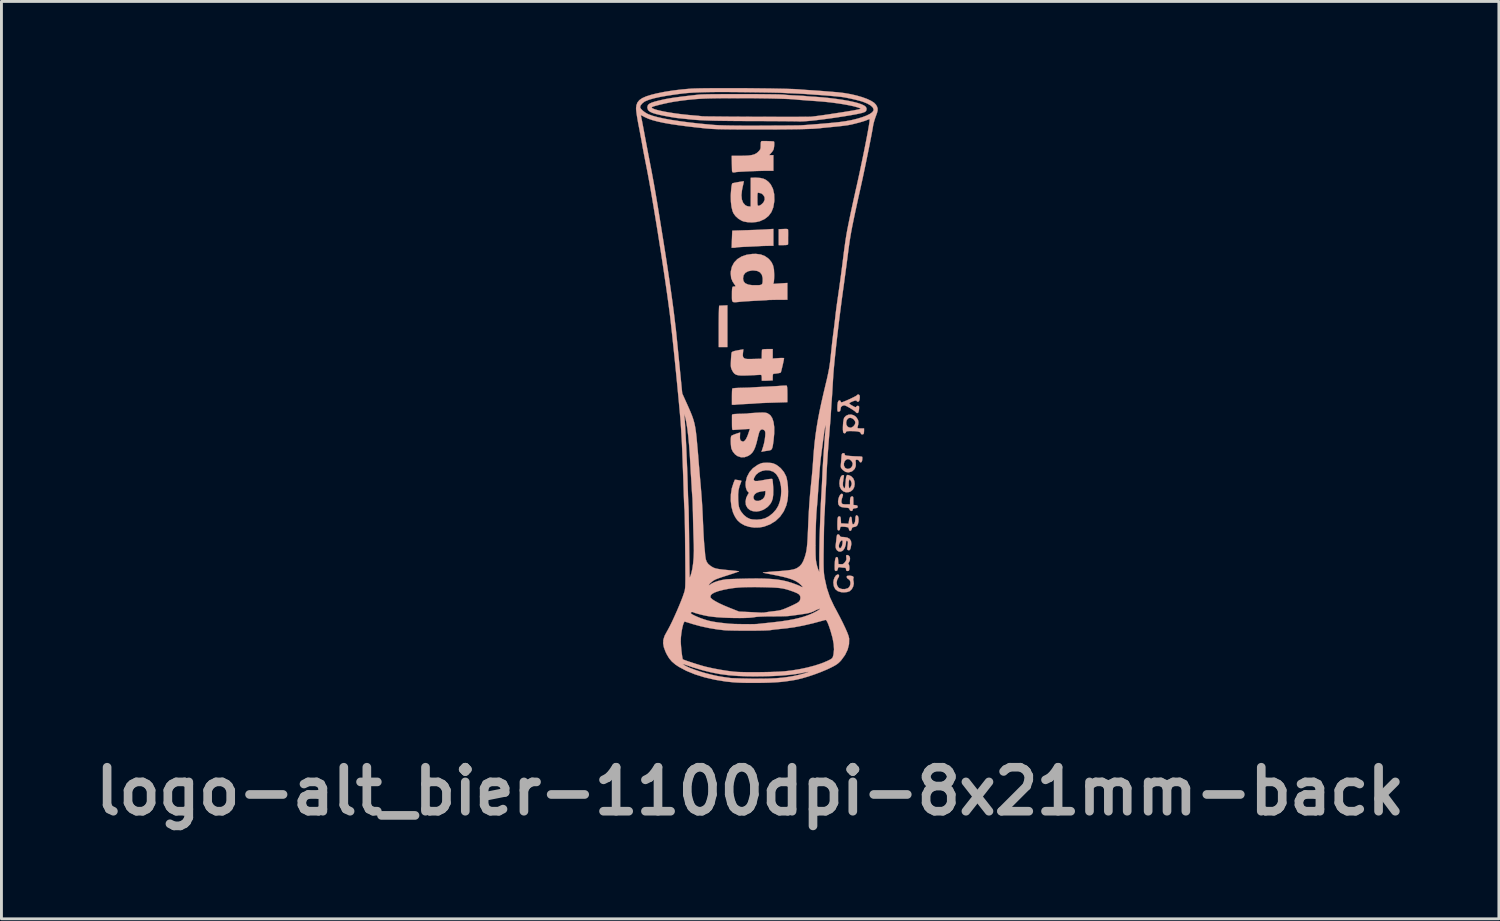
<source format=kicad_pcb>
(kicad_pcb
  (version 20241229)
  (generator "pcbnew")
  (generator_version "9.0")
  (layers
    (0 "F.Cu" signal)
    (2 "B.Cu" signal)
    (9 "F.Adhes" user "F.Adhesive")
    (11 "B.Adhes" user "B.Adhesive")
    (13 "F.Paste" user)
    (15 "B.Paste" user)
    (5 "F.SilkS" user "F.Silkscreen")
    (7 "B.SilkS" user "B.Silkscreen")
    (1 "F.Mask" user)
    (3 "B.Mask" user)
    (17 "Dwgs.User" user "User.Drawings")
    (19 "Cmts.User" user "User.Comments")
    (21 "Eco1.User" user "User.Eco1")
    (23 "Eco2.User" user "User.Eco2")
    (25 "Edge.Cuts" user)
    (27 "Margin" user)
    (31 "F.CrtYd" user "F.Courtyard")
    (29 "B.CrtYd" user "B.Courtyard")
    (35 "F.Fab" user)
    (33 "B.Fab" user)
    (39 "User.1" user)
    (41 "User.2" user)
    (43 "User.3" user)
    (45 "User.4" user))
  (footprint "logo-alt_bier-1100dpi-8x21mm-back"
    (layer "F.Cu")
    (at 23.015 10.141)
    (property "Reference" "logo-alt_bier-1100dpi-8x21mm-back" (at -0.075 14.225 0) (layer "F.Fab") (effects (font (size 1.524 1.524) (thickness 0.3))))
    (attr through_hole)
    (fp_poly (pts (xy -0.997 -2.607) (xy -1.072 -2.604) (xy -1.127 -2.601) (xy -1.147 -2.6) (xy -1.151 -2.577) (xy -1.155 -2.514) (xy -1.158 -2.415) (xy -1.161 -2.288) (xy -1.163 -2.136) (xy -1.164 -1.966) (xy -1.164 -1.882) (xy -1.164 -1.166) (xy -0.864 -1.166) (xy -0.864 -2.613) (xy -0.997 -2.607)) (stroke (width 0.01) (type solid)) (fill yes) (layer "B.SilkS"))
    (fp_poly (pts (xy 1.076 -5.257) (xy 0.914 -5.249) (xy 0.914 -4.699) (xy 1.076 -4.699) (xy 1.17 -4.702) (xy 1.223 -4.712) (xy 1.238 -4.728) (xy 1.239 -4.774) (xy 1.239 -4.85) (xy 1.239 -4.943) (xy 1.24 -5.041) (xy 1.24 -5.129) (xy 1.239 -5.197) (xy 1.239 -5.23) (xy 1.23 -5.248) (xy 1.198 -5.258) (xy 1.135 -5.259) (xy 1.076 -5.257)) (stroke (width 0.01) (type solid)) (fill yes) (layer "B.SilkS"))
    (fp_poly (pts (xy 0.516 -5.245) (xy 0.426 -5.24) (xy 0.3 -5.234) (xy 0.151 -5.227) (xy -0.011 -5.222) (xy -0.175 -5.216) (xy -0.194 -5.216) (xy -0.34 -5.211) (xy -0.47 -5.207) (xy -0.576 -5.204) (xy -0.652 -5.201) (xy -0.69 -5.199) (xy -0.694 -5.199) (xy -0.696 -5.176) (xy -0.699 -5.116) (xy -0.702 -5.027) (xy -0.706 -4.918) (xy -0.707 -4.901) (xy -0.716 -4.607) (xy -0.644 -4.607) (xy -0.59 -4.61) (xy -0.561 -4.617) (xy -0.561 -4.617) (xy -0.535 -4.622) (xy -0.472 -4.628) (xy -0.379 -4.634) (xy -0.265 -4.64) (xy -0.205 -4.642) (xy -0.072 -4.648) (xy 0.054 -4.654) (xy 0.162 -4.659) (xy 0.239 -4.664) (xy 0.256 -4.665) (xy 0.339 -4.669) (xy 0.445 -4.672) (xy 0.55 -4.674) (xy 0.729 -4.676) (xy 0.729 -5.26) (xy 0.516 -5.245)) (stroke (width 0.01) (type solid)) (fill yes) (layer "B.SilkS"))
    (fp_poly (pts (xy 2.953 6.712) (xy 2.9 6.743) (xy 2.854 6.808) (xy 2.821 6.893) (xy 2.807 6.985) (xy 2.807 6.989) (xy 2.824 7.121) (xy 2.875 7.221) (xy 2.96 7.289) (xy 3.077 7.325) (xy 3.165 7.331) (xy 3.284 7.321) (xy 3.37 7.291) (xy 3.376 7.287) (xy 3.445 7.221) (xy 3.493 7.13) (xy 3.515 7.031) (xy 3.507 6.952) (xy 3.495 6.891) (xy 3.5 6.847) (xy 3.502 6.844) (xy 3.508 6.803) (xy 3.474 6.772) (xy 3.406 6.756) (xy 3.37 6.754) (xy 3.306 6.757) (xy 3.277 6.77) (xy 3.269 6.799) (xy 3.269 6.801) (xy 3.29 6.847) (xy 3.325 6.869) (xy 3.374 6.909) (xy 3.398 6.974) (xy 3.398 7.049) (xy 3.374 7.122) (xy 3.327 7.177) (xy 3.308 7.189) (xy 3.209 7.219) (xy 3.107 7.218) (xy 3.017 7.188) (xy 2.979 7.159) (xy 2.935 7.085) (xy 2.921 6.993) (xy 2.938 6.899) (xy 2.971 6.837) (xy 3.002 6.781) (xy 3.003 6.736) (xy 2.977 6.712) (xy 2.953 6.712)) (stroke (width 0.01) (type solid)) (fill yes) (layer "B.SilkS"))
    (fp_poly (pts (xy 3.055 3.94) (xy 3.018 3.994) (xy 2.989 4.07) (xy 2.973 4.159) (xy 2.971 4.194) (xy 2.981 4.281) (xy 3.02 4.341) (xy 3.091 4.377) (xy 3.202 4.394) (xy 3.207 4.394) (xy 3.29 4.401) (xy 3.337 4.412) (xy 3.359 4.429) (xy 3.366 4.453) (xy 3.387 4.493) (xy 3.423 4.512) (xy 3.458 4.507) (xy 3.477 4.476) (xy 3.477 4.471) (xy 3.487 4.439) (xy 3.524 4.422) (xy 3.564 4.417) (xy 3.623 4.407) (xy 3.647 4.385) (xy 3.65 4.364) (xy 3.638 4.329) (xy 3.595 4.313) (xy 3.575 4.311) (xy 3.5 4.303) (xy 3.5 4.155) (xy 3.498 4.074) (xy 3.492 4.029) (xy 3.477 4.01) (xy 3.456 4.006) (xy 3.418 4.018) (xy 3.395 4.06) (xy 3.385 4.136) (xy 3.385 4.181) (xy 3.385 4.283) (xy 3.271 4.283) (xy 3.197 4.281) (xy 3.138 4.274) (xy 3.121 4.269) (xy 3.093 4.236) (xy 3.086 4.172) (xy 3.101 4.089) (xy 3.12 4.036) (xy 3.14 3.968) (xy 3.133 3.93) (xy 3.131 3.928) (xy 3.094 3.915) (xy 3.055 3.94)) (stroke (width 0.01) (type solid)) (fill yes) (layer "B.SilkS"))
    (fp_poly (pts (xy 3.269 3.283) (xy 3.251 3.334) (xy 3.239 3.424) (xy 3.233 3.498) (xy 3.225 3.595) (xy 3.214 3.672) (xy 3.204 3.719) (xy 3.198 3.729) (xy 3.173 3.711) (xy 3.152 3.68) (xy 3.137 3.622) (xy 3.139 3.529) (xy 3.157 3.399) (xy 3.168 3.34) (xy 3.175 3.289) (xy 3.163 3.27) (xy 3.128 3.271) (xy 3.083 3.3) (xy 3.047 3.367) (xy 3.024 3.465) (xy 3.017 3.563) (xy 3.033 3.678) (xy 3.082 3.77) (xy 3.155 3.834) (xy 3.245 3.865) (xy 3.346 3.858) (xy 3.413 3.831) (xy 3.486 3.768) (xy 3.53 3.68) (xy 3.546 3.579) (xy 3.543 3.547) (xy 3.441 3.547) (xy 3.439 3.597) (xy 3.421 3.648) (xy 3.389 3.71) (xy 3.364 3.726) (xy 3.348 3.697) (xy 3.339 3.625) (xy 3.338 3.58) (xy 3.343 3.485) (xy 3.356 3.431) (xy 3.377 3.419) (xy 3.404 3.452) (xy 3.42 3.485) (xy 3.441 3.547) (xy 3.543 3.547) (xy 3.535 3.477) (xy 3.497 3.385) (xy 3.431 3.315) (xy 3.408 3.302) (xy 3.343 3.272) (xy 3.298 3.263) (xy 3.269 3.283)) (stroke (width 0.01) (type solid)) (fill yes) (layer "B.SilkS"))
    (fp_poly (pts (xy 3.257 6.044) (xy 3.25 6.072) (xy 3.256 6.121) (xy 3.261 6.184) (xy 3.242 6.238) (xy 3.211 6.284) (xy 3.165 6.335) (xy 3.123 6.356) (xy 3.065 6.357) (xy 2.981 6.35) (xy 2.974 6.229) (xy 2.967 6.156) (xy 2.953 6.119) (xy 2.93 6.108) (xy 2.925 6.107) (xy 2.894 6.124) (xy 2.873 6.174) (xy 2.86 6.263) (xy 2.854 6.393) (xy 2.854 6.436) (xy 2.855 6.52) (xy 2.861 6.566) (xy 2.874 6.587) (xy 2.899 6.592) (xy 2.9 6.592) (xy 2.939 6.577) (xy 2.96 6.525) (xy 2.961 6.521) (xy 2.976 6.472) (xy 3.003 6.458) (xy 3.044 6.463) (xy 3.12 6.474) (xy 3.18 6.477) (xy 3.228 6.484) (xy 3.245 6.513) (xy 3.246 6.535) (xy 3.258 6.581) (xy 3.288 6.592) (xy 3.332 6.585) (xy 3.346 6.577) (xy 3.358 6.542) (xy 3.362 6.485) (xy 3.358 6.422) (xy 3.347 6.373) (xy 3.334 6.356) (xy 3.322 6.337) (xy 3.344 6.293) (xy 3.346 6.291) (xy 3.379 6.217) (xy 3.384 6.144) (xy 3.363 6.082) (xy 3.319 6.045) (xy 3.285 6.038) (xy 3.257 6.044)) (stroke (width 0.01) (type solid)) (fill yes) (layer "B.SilkS"))
    (fp_poly (pts (xy 1.089 0.169) (xy 1.002 0.174) (xy 0.978 0.176) (xy 0.888 0.183) (xy 0.765 0.191) (xy 0.624 0.198) (xy 0.477 0.206) (xy 0.42 0.208) (xy 0.288 0.214) (xy 0.168 0.22) (xy 0.069 0.226) (xy 0.000165 0.23) (xy -0.021 0.232) (xy -0.071 0.236) (xy -0.155 0.239) (xy -0.262 0.242) (xy -0.38 0.245) (xy -0.386 0.245) (xy -0.498 0.248) (xy -0.592 0.253) (xy -0.661 0.261) (xy -0.693 0.269) (xy -0.694 0.27) (xy -0.699 0.301) (xy -0.704 0.368) (xy -0.706 0.46) (xy -0.707 0.562) (xy -0.707 0.831) (xy -0.648 0.834) (xy -0.601 0.833) (xy -0.581 0.829) (xy -0.557 0.826) (xy -0.495 0.821) (xy -0.404 0.815) (xy -0.292 0.809) (xy -0.252 0.807) (xy -0.129 0.801) (xy -0.02 0.795) (xy 0.067 0.789) (xy 0.121 0.785) (xy 0.128 0.784) (xy 0.167 0.78) (xy 0.245 0.776) (xy 0.353 0.771) (xy 0.486 0.766) (xy 0.634 0.761) (xy 0.699 0.759) (xy 1.214 0.743) (xy 1.214 0.46) (xy 1.212 0.325) (xy 1.206 0.23) (xy 1.196 0.178) (xy 1.189 0.169) (xy 1.155 0.167) (xy 1.089 0.169)) (stroke (width 0.01) (type solid)) (fill yes) (layer "B.SilkS"))
    (fp_poly (pts (xy 0.34 -8.303) (xy 0.331 -8.303) (xy 0.308 -8.295) (xy 0.296 -8.266) (xy 0.291 -8.207) (xy 0.29 -8.16) (xy 0.288 -8.079) (xy 0.277 -8.025) (xy 0.249 -7.981) (xy 0.204 -7.932) (xy 0.144 -7.882) (xy 0.075 -7.845) (xy -0.012 -7.82) (xy -0.123 -7.803) (xy -0.267 -7.795) (xy -0.421 -7.793) (xy -0.714 -7.793) (xy -0.71 -7.557) (xy -0.708 -7.451) (xy -0.706 -7.358) (xy -0.704 -7.291) (xy -0.704 -7.268) (xy -0.69 -7.227) (xy -0.649 -7.216) (xy -0.603 -7.22) (xy -0.585 -7.225) (xy -0.559 -7.23) (xy -0.495 -7.236) (xy -0.399 -7.242) (xy -0.281 -7.248) (xy -0.146 -7.255) (xy -0.004 -7.261) (xy 0.139 -7.266) (xy 0.275 -7.27) (xy 0.396 -7.273) (xy 0.493 -7.274) (xy 0.729 -7.274) (xy 0.729 -7.545) (xy 0.729 -7.816) (xy 0.582 -7.816) (xy 0.641 -7.88) (xy 0.69 -7.938) (xy 0.727 -7.995) (xy 0.729 -7.998) (xy 0.743 -8.045) (xy 0.754 -8.114) (xy 0.759 -8.188) (xy 0.759 -8.251) (xy 0.751 -8.287) (xy 0.75 -8.288) (xy 0.725 -8.293) (xy 0.666 -8.297) (xy 0.585 -8.3) (xy 0.496 -8.303) (xy 0.41 -8.304) (xy 0.34 -8.303)) (stroke (width 0.01) (type solid)) (fill yes) (layer "B.SilkS"))
    (fp_poly (pts (xy 2.948 5.329) (xy 2.932 5.354) (xy 2.921 5.409) (xy 2.914 5.467) (xy 2.904 5.562) (xy 2.893 5.655) (xy 2.887 5.704) (xy 2.89 5.793) (xy 2.923 5.863) (xy 2.977 5.908) (xy 3.043 5.922) (xy 3.112 5.9) (xy 3.15 5.869) (xy 3.203 5.786) (xy 3.237 5.68) (xy 3.246 5.595) (xy 3.25 5.568) (xy 3.129 5.568) (xy 3.125 5.631) (xy 3.125 5.634) (xy 3.108 5.713) (xy 3.081 5.771) (xy 3.05 5.802) (xy 3.021 5.801) (xy 3.001 5.764) (xy 2.997 5.744) (xy 3 5.686) (xy 3.022 5.62) (xy 3.053 5.564) (xy 3.088 5.532) (xy 3.098 5.53) (xy 3.121 5.538) (xy 3.129 5.568) (xy 3.25 5.568) (xy 3.252 5.551) (xy 3.275 5.543) (xy 3.284 5.546) (xy 3.306 5.564) (xy 3.312 5.604) (xy 3.307 5.666) (xy 3.297 5.742) (xy 3.289 5.804) (xy 3.287 5.819) (xy 3.297 5.859) (xy 3.331 5.872) (xy 3.367 5.868) (xy 3.391 5.837) (xy 3.406 5.791) (xy 3.43 5.658) (xy 3.418 5.554) (xy 3.371 5.48) (xy 3.288 5.434) (xy 3.168 5.415) (xy 3.141 5.415) (xy 3.076 5.41) (xy 3.043 5.393) (xy 3.032 5.369) (xy 3.002 5.33) (xy 2.974 5.322) (xy 2.948 5.329)) (stroke (width 0.01) (type solid)) (fill yes) (layer "B.SilkS"))
    (fp_poly (pts (xy 3.591 4.672) (xy 3.573 4.724) (xy 3.569 4.783) (xy 3.56 4.88) (xy 3.536 4.946) (xy 3.497 4.975) (xy 3.489 4.976) (xy 3.468 4.961) (xy 3.455 4.91) (xy 3.449 4.843) (xy 3.442 4.763) (xy 3.428 4.722) (xy 3.408 4.71) (xy 3.382 4.73) (xy 3.36 4.791) (xy 3.352 4.833) (xy 3.332 4.955) (xy 3.202 4.948) (xy 3.073 4.941) (xy 3.066 4.82) (xy 3.059 4.748) (xy 3.046 4.711) (xy 3.022 4.699) (xy 3.016 4.699) (xy 2.986 4.705) (xy 2.966 4.729) (xy 2.954 4.778) (xy 2.948 4.859) (xy 2.946 4.978) (xy 2.947 5.076) (xy 2.95 5.137) (xy 2.959 5.169) (xy 2.974 5.182) (xy 2.992 5.184) (xy 3.029 5.17) (xy 3.038 5.127) (xy 3.043 5.085) (xy 3.062 5.062) (xy 3.105 5.054) (xy 3.183 5.059) (xy 3.206 5.061) (xy 3.28 5.071) (xy 3.32 5.084) (xy 3.338 5.108) (xy 3.343 5.135) (xy 3.362 5.188) (xy 3.395 5.203) (xy 3.427 5.178) (xy 3.442 5.139) (xy 3.461 5.088) (xy 3.497 5.07) (xy 3.521 5.068) (xy 3.585 5.052) (xy 3.627 5.022) (xy 3.658 4.964) (xy 3.676 4.882) (xy 3.681 4.794) (xy 3.67 4.72) (xy 3.656 4.69) (xy 3.619 4.659) (xy 3.591 4.672)) (stroke (width 0.01) (type solid)) (fill yes) (layer "B.SilkS"))
    (fp_poly (pts (xy 3.329 1.177) (xy 3.244 1.216) (xy 3.185 1.278) (xy 3.167 1.327) (xy 3.153 1.406) (xy 3.143 1.503) (xy 3.138 1.603) (xy 3.138 1.696) (xy 3.145 1.768) (xy 3.157 1.805) (xy 3.194 1.822) (xy 3.231 1.808) (xy 3.246 1.775) (xy 3.259 1.757) (xy 3.302 1.747) (xy 3.383 1.743) (xy 3.393 1.743) (xy 3.547 1.747) (xy 3.658 1.759) (xy 3.726 1.78) (xy 3.753 1.809) (xy 3.754 1.816) (xy 3.772 1.849) (xy 3.812 1.86) (xy 3.853 1.845) (xy 3.854 1.843) (xy 3.864 1.812) (xy 3.869 1.754) (xy 3.87 1.739) (xy 3.87 1.651) (xy 3.751 1.651) (xy 3.683 1.649) (xy 3.65 1.642) (xy 3.643 1.622) (xy 3.648 1.599) (xy 3.671 1.505) (xy 3.675 1.455) (xy 3.569 1.455) (xy 3.549 1.521) (xy 3.5 1.581) (xy 3.435 1.621) (xy 3.397 1.628) (xy 3.337 1.612) (xy 3.292 1.582) (xy 3.256 1.516) (xy 3.251 1.436) (xy 3.274 1.358) (xy 3.324 1.3) (xy 3.325 1.299) (xy 3.387 1.282) (xy 3.455 1.299) (xy 3.516 1.342) (xy 3.558 1.403) (xy 3.569 1.455) (xy 3.675 1.455) (xy 3.677 1.436) (xy 3.666 1.376) (xy 3.654 1.344) (xy 3.596 1.256) (xy 3.516 1.198) (xy 3.424 1.171) (xy 3.329 1.177)) (stroke (width 0.01) (type solid)) (fill yes) (layer "B.SilkS"))
    (fp_poly (pts (xy 3.116 2.52) (xy 3.099 2.549) (xy 3.09 2.609) (xy 3.089 2.632) (xy 3.082 2.726) (xy 3.074 2.832) (xy 3.069 2.881) (xy 3.064 2.958) (xy 3.07 3.007) (xy 3.094 3.047) (xy 3.138 3.094) (xy 3.229 3.158) (xy 3.328 3.176) (xy 3.431 3.149) (xy 3.469 3.128) (xy 3.546 3.053) (xy 3.584 2.954) (xy 3.584 2.881) (xy 3.477 2.881) (xy 3.459 2.959) (xy 3.414 3.018) (xy 3.351 3.051) (xy 3.282 3.054) (xy 3.219 3.021) (xy 3.21 3.012) (xy 3.175 2.945) (xy 3.171 2.869) (xy 3.194 2.797) (xy 3.239 2.741) (xy 3.302 2.714) (xy 3.315 2.713) (xy 3.381 2.733) (xy 3.439 2.784) (xy 3.473 2.851) (xy 3.477 2.881) (xy 3.584 2.881) (xy 3.584 2.839) (xy 3.577 2.776) (xy 3.583 2.746) (xy 3.607 2.737) (xy 3.63 2.736) (xy 3.683 2.752) (xy 3.701 2.782) (xy 3.728 2.82) (xy 3.754 2.829) (xy 3.785 2.814) (xy 3.803 2.765) (xy 3.806 2.742) (xy 3.811 2.681) (xy 3.809 2.642) (xy 3.807 2.638) (xy 3.781 2.628) (xy 3.723 2.622) (xy 3.675 2.621) (xy 3.588 2.619) (xy 3.48 2.613) (xy 3.377 2.606) (xy 3.286 2.597) (xy 3.233 2.586) (xy 3.207 2.572) (xy 3.2 2.55) (xy 3.2 2.546) (xy 3.188 2.513) (xy 3.148 2.509) (xy 3.116 2.52)) (stroke (width 0.01) (type solid)) (fill yes) (layer "B.SilkS"))
    (fp_poly (pts (xy 3.645 0.481) (xy 3.622 0.505) (xy 3.596 0.524) (xy 3.537 0.556) (xy 3.456 0.596) (xy 3.364 0.64) (xy 3.27 0.682) (xy 3.186 0.717) (xy 3.12 0.742) (xy 3.086 0.75) (xy 3.064 0.732) (xy 3.061 0.716) (xy 3.042 0.687) (xy 3.018 0.681) (xy 2.984 0.698) (xy 2.961 0.751) (xy 2.949 0.844) (xy 2.946 0.951) (xy 2.947 1.023) (xy 2.955 1.06) (xy 2.974 1.071) (xy 2.998 1.069) (xy 3.035 1.054) (xy 3.052 1.014) (xy 3.057 0.978) (xy 3.07 0.915) (xy 3.104 0.879) (xy 3.131 0.866) (xy 3.166 0.854) (xy 3.2 0.854) (xy 3.244 0.87) (xy 3.309 0.903) (xy 3.386 0.947) (xy 3.469 0.999) (xy 3.536 1.044) (xy 3.577 1.078) (xy 3.585 1.089) (xy 3.616 1.116) (xy 3.638 1.12) (xy 3.666 1.107) (xy 3.684 1.064) (xy 3.693 1.014) (xy 3.699 0.946) (xy 3.698 0.897) (xy 3.695 0.887) (xy 3.661 0.867) (xy 3.62 0.877) (xy 3.601 0.9) (xy 3.586 0.916) (xy 3.556 0.912) (xy 3.501 0.885) (xy 3.48 0.873) (xy 3.403 0.828) (xy 3.364 0.797) (xy 3.361 0.775) (xy 3.393 0.753) (xy 3.443 0.729) (xy 3.535 0.693) (xy 3.592 0.683) (xy 3.615 0.697) (xy 3.616 0.704) (xy 3.635 0.723) (xy 3.659 0.727) (xy 3.691 0.714) (xy 3.71 0.669) (xy 3.716 0.637) (xy 3.723 0.569) (xy 3.719 0.517) (xy 3.717 0.51) (xy 3.686 0.477) (xy 3.645 0.481)) (stroke (width 0.01) (type solid)) (fill yes) (layer "B.SilkS"))
    (fp_poly (pts (xy 0.419 -1.094) (xy 0.359 -1.086) (xy 0.335 -1.071) (xy 0.334 -1.068) (xy 0.332 -1.031) (xy 0.33 -0.963) (xy 0.328 -0.901) (xy 0.325 -0.762) (xy 0.04 -0.755) (xy -0.082 -0.752) (xy -0.167 -0.753) (xy -0.224 -0.759) (xy -0.261 -0.769) (xy -0.287 -0.785) (xy -0.292 -0.789) (xy -0.318 -0.821) (xy -0.33 -0.862) (xy -0.328 -0.928) (xy -0.325 -0.96) (xy -0.312 -1.088) (xy -0.506 -1.054) (xy -0.619 -1.03) (xy -0.688 -1.006) (xy -0.715 -0.983) (xy -0.723 -0.946) (xy -0.73 -0.874) (xy -0.737 -0.779) (xy -0.741 -0.704) (xy -0.745 -0.592) (xy -0.745 -0.514) (xy -0.738 -0.457) (xy -0.722 -0.408) (xy -0.699 -0.358) (xy -0.66 -0.291) (xy -0.617 -0.243) (xy -0.563 -0.21) (xy -0.491 -0.19) (xy -0.394 -0.181) (xy -0.263 -0.181) (xy -0.137 -0.185) (xy -0.01 -0.191) (xy 0.104 -0.196) (xy 0.195 -0.201) (xy 0.254 -0.204) (xy 0.267 -0.204) (xy 0.303 -0.202) (xy 0.32 -0.183) (xy 0.327 -0.133) (xy 0.327 -0.104) (xy 0.33 -0.000091) (xy 0.42 0.000032) (xy 0.505 -0.002) (xy 0.597 -0.006) (xy 0.608 -0.007) (xy 0.706 -0.014) (xy 0.706 -0.128) (xy 0.709 -0.198) (xy 0.721 -0.233) (xy 0.745 -0.243) (xy 0.747 -0.243) (xy 0.814 -0.248) (xy 0.887 -0.259) (xy 0.949 -0.271) (xy 0.984 -0.284) (xy 0.985 -0.285) (xy 0.994 -0.311) (xy 1.01 -0.371) (xy 1.03 -0.453) (xy 1.052 -0.545) (xy 1.072 -0.636) (xy 1.088 -0.713) (xy 1.097 -0.766) (xy 1.099 -0.78) (xy 1.077 -0.787) (xy 1.021 -0.789) (xy 0.939 -0.786) (xy 0.902 -0.783) (xy 0.706 -0.769) (xy 0.706 -1.097) (xy 0.521 -1.097) (xy 0.419 -1.094)) (stroke (width 0.01) (type solid)) (fill yes) (layer "B.SilkS"))
    (fp_poly (pts (xy 0.019 -7.034) (xy -0.056 -7.031) (xy -0.056 -6.038) (xy -0.122 -6.038) (xy -0.189 -6.053) (xy -0.246 -6.084) (xy -0.321 -6.169) (xy -0.364 -6.284) (xy -0.377 -6.429) (xy -0.358 -6.607) (xy -0.335 -6.719) (xy -0.315 -6.805) (xy -0.301 -6.871) (xy -0.296 -6.906) (xy -0.296 -6.91) (xy -0.32 -6.909) (xy -0.376 -6.901) (xy -0.451 -6.889) (xy -0.534 -6.874) (xy -0.61 -6.859) (xy -0.668 -6.847) (xy -0.694 -6.84) (xy -0.694 -6.839) (xy -0.707 -6.805) (xy -0.721 -6.735) (xy -0.732 -6.639) (xy -0.741 -6.528) (xy -0.747 -6.412) (xy -0.747 -6.398) (xy -0.742 -6.199) (xy -0.721 -6.022) (xy -0.685 -5.876) (xy -0.655 -5.805) (xy -0.584 -5.705) (xy -0.482 -5.613) (xy -0.365 -5.543) (xy -0.301 -5.518) (xy -0.166 -5.493) (xy -0.012 -5.486) (xy 0.139 -5.499) (xy 0.26 -5.527) (xy 0.429 -5.605) (xy 0.562 -5.71) (xy 0.661 -5.844) (xy 0.726 -6.008) (xy 0.759 -6.205) (xy 0.763 -6.258) (xy 0.762 -6.279) (xy 0.429 -6.279) (xy 0.393 -6.191) (xy 0.35 -6.14) (xy 0.294 -6.093) (xy 0.241 -6.065) (xy 0.223 -6.061) (xy 0.202 -6.064) (xy 0.187 -6.078) (xy 0.179 -6.111) (xy 0.176 -6.171) (xy 0.175 -6.268) (xy 0.175 -6.295) (xy 0.176 -6.401) (xy 0.179 -6.468) (xy 0.186 -6.504) (xy 0.198 -6.516) (xy 0.212 -6.514) (xy 0.264 -6.501) (xy 0.282 -6.5) (xy 0.32 -6.485) (xy 0.368 -6.448) (xy 0.372 -6.444) (xy 0.422 -6.365) (xy 0.429 -6.279) (xy 0.762 -6.279) (xy 0.756 -6.469) (xy 0.714 -6.649) (xy 0.638 -6.799) (xy 0.564 -6.886) (xy 0.48 -6.953) (xy 0.388 -6.999) (xy 0.278 -7.025) (xy 0.139 -7.035) (xy 0.019 -7.034)) (stroke (width 0.01) (type solid)) (fill yes) (layer "B.SilkS"))
    (fp_poly (pts (xy 0.004 -4.393) (xy -0.199 -4.364) (xy -0.374 -4.303) (xy -0.519 -4.213) (xy -0.631 -4.096) (xy -0.707 -3.954) (xy -0.745 -3.791) (xy -0.749 -3.717) (xy -0.735 -3.57) (xy -0.689 -3.445) (xy -0.629 -3.354) (xy -0.591 -3.299) (xy -0.588 -3.27) (xy -0.62 -3.263) (xy -0.649 -3.265) (xy -0.674 -3.261) (xy -0.691 -3.236) (xy -0.701 -3.185) (xy -0.706 -3.1) (xy -0.707 -2.976) (xy -0.707 -2.97) (xy -0.707 -2.862) (xy -0.703 -2.789) (xy -0.687 -2.744) (xy -0.653 -2.724) (xy -0.592 -2.72) (xy -0.498 -2.728) (xy -0.414 -2.737) (xy -0.322 -2.745) (xy -0.199 -2.753) (xy -0.058 -2.762) (xy 0.086 -2.77) (xy 0.129 -2.772) (xy 0.255 -2.778) (xy 0.366 -2.784) (xy 0.454 -2.789) (xy 0.509 -2.794) (xy 0.521 -2.795) (xy 0.556 -2.798) (xy 0.628 -2.8) (xy 0.727 -2.802) (xy 0.844 -2.804) (xy 0.885 -2.804) (xy 1.214 -2.806) (xy 1.214 -3.388) (xy 0.969 -3.372) (xy 0.725 -3.355) (xy 0.741 -3.406) (xy 0.748 -3.451) (xy 0.753 -3.517) (xy 0.359 -3.517) (xy 0.357 -3.42) (xy 0.344 -3.361) (xy 0.313 -3.328) (xy 0.257 -3.314) (xy 0.19 -3.309) (xy 0.009 -3.309) (xy -0.13 -3.328) (xy -0.229 -3.368) (xy -0.262 -3.393) (xy -0.304 -3.451) (xy -0.32 -3.521) (xy -0.321 -3.554) (xy -0.302 -3.658) (xy -0.243 -3.738) (xy -0.15 -3.792) (xy -0.024 -3.819) (xy 0.037 -3.822) (xy 0.167 -3.805) (xy 0.264 -3.757) (xy 0.328 -3.676) (xy 0.357 -3.565) (xy 0.359 -3.517) (xy 0.753 -3.517) (xy 0.754 -3.529) (xy 0.757 -3.627) (xy 0.757 -3.681) (xy 0.749 -3.853) (xy 0.719 -3.991) (xy 0.666 -4.105) (xy 0.585 -4.205) (xy 0.549 -4.239) (xy 0.428 -4.323) (xy 0.291 -4.374) (xy 0.129 -4.395) (xy 0.004 -4.393)) (stroke (width 0.01) (type solid)) (fill yes) (layer "B.SilkS"))
    (fp_poly (pts (xy 0.242 1.105) (xy 0.154 1.109) (xy 0.043 1.116) (xy -0.051 1.122) (xy -0.118 1.128) (xy -0.149 1.133) (xy -0.15 1.133) (xy -0.177 1.137) (xy -0.241 1.14) (xy -0.331 1.144) (xy -0.433 1.146) (xy -0.551 1.15) (xy -0.629 1.155) (xy -0.676 1.163) (xy -0.699 1.174) (xy -0.704 1.188) (xy -0.705 1.225) (xy -0.705 1.297) (xy -0.705 1.392) (xy -0.705 1.466) (xy -0.704 1.575) (xy -0.701 1.645) (xy -0.694 1.685) (xy -0.682 1.702) (xy -0.664 1.705) (xy -0.664 1.705) (xy -0.625 1.702) (xy -0.552 1.697) (xy -0.454 1.691) (xy -0.354 1.684) (xy -0.085 1.668) (xy -0.141 1.839) (xy -0.175 1.929) (xy -0.214 2.009) (xy -0.249 2.062) (xy -0.252 2.065) (xy -0.296 2.102) (xy -0.333 2.107) (xy -0.367 2.094) (xy -0.402 2.072) (xy -0.422 2.038) (xy -0.43 1.981) (xy -0.428 1.891) (xy -0.427 1.877) (xy -0.423 1.792) (xy -0.569 1.84) (xy -0.646 1.869) (xy -0.704 1.896) (xy -0.731 1.914) (xy -0.741 1.954) (xy -0.747 2.026) (xy -0.747 2.116) (xy -0.743 2.211) (xy -0.735 2.295) (xy -0.725 2.349) (xy -0.677 2.453) (xy -0.601 2.547) (xy -0.517 2.609) (xy -0.392 2.651) (xy -0.267 2.648) (xy -0.154 2.608) (xy -0.072 2.558) (xy -0.005 2.494) (xy 0.052 2.409) (xy 0.101 2.297) (xy 0.146 2.152) (xy 0.186 1.986) (xy 0.208 1.895) (xy 0.23 1.814) (xy 0.247 1.761) (xy 0.288 1.702) (xy 0.343 1.682) (xy 0.402 1.706) (xy 0.41 1.712) (xy 0.434 1.739) (xy 0.447 1.774) (xy 0.451 1.828) (xy 0.446 1.914) (xy 0.445 1.928) (xy 0.431 2.04) (xy 0.406 2.168) (xy 0.375 2.282) (xy 0.317 2.463) (xy 0.367 2.451) (xy 0.419 2.441) (xy 0.495 2.429) (xy 0.54 2.423) (xy 0.599 2.413) (xy 0.642 2.398) (xy 0.671 2.37) (xy 0.693 2.322) (xy 0.71 2.246) (xy 0.726 2.134) (xy 0.735 2.073) (xy 0.758 1.824) (xy 0.759 1.611) (xy 0.735 1.433) (xy 0.689 1.293) (xy 0.62 1.191) (xy 0.528 1.128) (xy 0.482 1.113) (xy 0.425 1.104) (xy 0.348 1.102) (xy 0.242 1.105)) (stroke (width 0.01) (type solid)) (fill yes) (layer "B.SilkS"))
    (fp_poly (pts (xy 0.411 2.843) (xy 0.339 2.851) (xy 0.275 2.872) (xy 0.2 2.908) (xy 0.179 2.919) (xy 0.022 3.029) (xy -0.1 3.168) (xy -0.186 3.333) (xy -0.23 3.51) (xy -0.234 3.614) (xy -0.22 3.714) (xy -0.192 3.796) (xy -0.154 3.846) (xy -0.15 3.849) (xy -0.126 3.868) (xy -0.124 3.891) (xy -0.147 3.932) (xy -0.162 3.954) (xy -0.213 4.062) (xy -0.234 4.185) (xy -0.223 4.301) (xy -0.218 4.316) (xy -0.164 4.413) (xy -0.081 4.481) (xy 0.023 4.52) (xy 0.143 4.531) (xy 0.269 4.512) (xy 0.395 4.463) (xy 0.514 4.384) (xy 0.547 4.354) (xy 0.621 4.271) (xy 0.673 4.181) (xy 0.707 4.077) (xy 0.723 3.948) (xy 0.724 3.889) (xy 0.452 3.889) (xy 0.441 3.964) (xy 0.416 4.032) (xy 0.364 4.095) (xy 0.289 4.14) (xy 0.207 4.164) (xy 0.129 4.161) (xy 0.073 4.132) (xy 0.039 4.07) (xy 0.044 3.999) (xy 0.083 3.932) (xy 0.149 3.881) (xy 0.211 3.858) (xy 0.294 3.838) (xy 0.333 3.831) (xy 0.452 3.816) (xy 0.452 3.889) (xy 0.724 3.889) (xy 0.726 3.787) (xy 0.723 3.698) (xy 0.716 3.589) (xy 0.708 3.497) (xy 0.699 3.432) (xy 0.69 3.404) (xy 0.66 3.4) (xy 0.595 3.405) (xy 0.504 3.418) (xy 0.44 3.431) (xy 0.29 3.459) (xy 0.181 3.474) (xy 0.107 3.475) (xy 0.064 3.46) (xy 0.048 3.43) (xy 0.056 3.383) (xy 0.063 3.362) (xy 0.125 3.259) (xy 0.219 3.179) (xy 0.335 3.125) (xy 0.464 3.099) (xy 0.594 3.106) (xy 0.717 3.148) (xy 0.729 3.154) (xy 0.825 3.233) (xy 0.901 3.347) (xy 0.957 3.488) (xy 0.992 3.65) (xy 1.003 3.824) (xy 0.991 4.004) (xy 0.954 4.182) (xy 0.9 4.332) (xy 0.82 4.465) (xy 0.708 4.59) (xy 0.578 4.694) (xy 0.442 4.765) (xy 0.44 4.766) (xy 0.307 4.8) (xy 0.156 4.814) (xy 0.009 4.806) (xy -0.082 4.788) (xy -0.193 4.734) (xy -0.299 4.647) (xy -0.388 4.536) (xy -0.419 4.483) (xy -0.448 4.419) (xy -0.467 4.356) (xy -0.479 4.278) (xy -0.487 4.174) (xy -0.49 4.117) (xy -0.492 3.942) (xy -0.479 3.798) (xy -0.45 3.671) (xy -0.41 3.561) (xy -0.388 3.506) (xy -0.38 3.471) (xy -0.381 3.466) (xy -0.408 3.458) (xy -0.464 3.448) (xy -0.497 3.442) (xy -0.604 3.427) (xy -0.65 3.538) (xy -0.711 3.728) (xy -0.743 3.938) (xy -0.747 4.154) (xy -0.723 4.365) (xy -0.671 4.559) (xy -0.622 4.67) (xy -0.564 4.77) (xy -0.505 4.846) (xy -0.427 4.915) (xy -0.397 4.938) (xy -0.266 5.012) (xy -0.107 5.062) (xy 0.068 5.087) (xy 0.248 5.083) (xy 0.4 5.056) (xy 0.615 4.975) (xy 0.803 4.859) (xy 0.961 4.709) (xy 1.086 4.53) (xy 1.176 4.324) (xy 1.22 4.142) (xy 1.235 3.998) (xy 1.239 3.836) (xy 1.233 3.669) (xy 1.216 3.512) (xy 1.191 3.378) (xy 1.17 3.31) (xy 1.093 3.163) (xy 0.984 3.031) (xy 0.855 2.928) (xy 0.813 2.904) (xy 0.739 2.87) (xy 0.668 2.851) (xy 0.582 2.843) (xy 0.51 2.841) (xy 0.411 2.843)) (stroke (width 0.01) (type solid)) (fill yes) (layer "B.SilkS"))
    (fp_poly (pts (xy -0.78 -9.93) (xy -0.996 -9.929) (xy -1.199 -9.928) (xy -1.382 -9.927) (xy -1.541 -9.925) (xy -1.671 -9.922) (xy -1.766 -9.919) (xy -1.822 -9.916) (xy -2.143 -9.88) (xy -2.42 -9.847) (xy -2.655 -9.816) (xy -2.849 -9.787) (xy -3.005 -9.759) (xy -3.081 -9.743) (xy -3.256 -9.702) (xy -3.39 -9.667) (xy -3.489 -9.634) (xy -3.558 -9.602) (xy -3.602 -9.568) (xy -3.626 -9.529) (xy -3.635 -9.483) (xy -3.635 -9.467) (xy -3.626 -9.41) (xy -3.597 -9.361) (xy -3.542 -9.318) (xy -3.457 -9.279) (xy -3.338 -9.242) (xy -3.18 -9.205) (xy -3.065 -9.181) (xy -2.932 -9.156) (xy -2.802 -9.133) (xy -2.688 -9.114) (xy -2.603 -9.102) (xy -2.584 -9.1) (xy -2.496 -9.091) (xy -2.382 -9.079) (xy -2.263 -9.067) (xy -2.226 -9.063) (xy -2.104 -9.05) (xy -1.977 -9.039) (xy -1.841 -9.03) (xy -1.694 -9.022) (xy -1.53 -9.016) (xy -1.346 -9.01) (xy -1.136 -9.006) (xy -0.898 -9.003) (xy -0.627 -9) (xy -0.319 -8.998) (xy 0.031 -8.997) (xy 0.092 -8.997) (xy 0.348 -8.996) (xy 0.591 -8.995) (xy 0.817 -8.994) (xy 1.023 -8.992) (xy 1.203 -8.991) (xy 1.354 -8.99) (xy 1.471 -8.988) (xy 1.552 -8.987) (xy 1.591 -8.985) (xy 1.593 -8.985) (xy 1.635 -8.983) (xy 1.711 -8.985) (xy 1.81 -8.99) (xy 1.895 -8.996) (xy 2.042 -9.009) (xy 2.216 -9.028) (xy 2.409 -9.052) (xy 2.616 -9.079) (xy 2.827 -9.108) (xy 3.037 -9.14) (xy 3.237 -9.171) (xy 3.422 -9.202) (xy 3.583 -9.231) (xy 3.714 -9.258) (xy 3.807 -9.28) (xy 3.817 -9.283) (xy 3.892 -9.31) (xy 3.934 -9.338) (xy 3.953 -9.377) (xy 3.954 -9.379) (xy 3.956 -9.423) (xy 3.746 -9.423) (xy 3.717 -9.409) (xy 3.675 -9.399) (xy 3.595 -9.383) (xy 3.481 -9.362) (xy 3.342 -9.338) (xy 3.183 -9.312) (xy 3.011 -9.285) (xy 2.833 -9.258) (xy 2.656 -9.231) (xy 2.485 -9.206) (xy 2.328 -9.184) (xy 2.191 -9.166) (xy 2.08 -9.152) (xy 2.034 -9.147) (xy 1.992 -9.146) (xy 1.909 -9.144) (xy 1.79 -9.143) (xy 1.638 -9.143) (xy 1.457 -9.142) (xy 1.253 -9.142) (xy 1.03 -9.142) (xy 0.791 -9.143) (xy 0.541 -9.143) (xy 0.284 -9.144) (xy 0.025 -9.145) (xy -0.232 -9.146) (xy -0.483 -9.148) (xy -0.723 -9.149) (xy -0.948 -9.151) (xy -1.154 -9.153) (xy -1.337 -9.155) (xy -1.492 -9.156) (xy -1.615 -9.158) (xy -1.702 -9.16) (xy -1.748 -9.162) (xy -1.753 -9.163) (xy -1.81 -9.171) (xy -1.895 -9.18) (xy -1.993 -9.188) (xy -2.007 -9.189) (xy -2.227 -9.209) (xy -2.442 -9.232) (xy -2.649 -9.258) (xy -2.843 -9.288) (xy -3.019 -9.318) (xy -3.173 -9.35) (xy -3.302 -9.381) (xy -3.4 -9.412) (xy -3.463 -9.441) (xy -3.487 -9.467) (xy -3.482 -9.48) (xy -3.449 -9.495) (xy -3.379 -9.518) (xy -3.282 -9.544) (xy -3.165 -9.574) (xy -3.037 -9.603) (xy -2.908 -9.631) (xy -2.785 -9.655) (xy -2.678 -9.673) (xy -2.676 -9.673) (xy -2.491 -9.7) (xy -2.321 -9.722) (xy -2.159 -9.74) (xy -1.999 -9.755) (xy -1.835 -9.767) (xy -1.659 -9.776) (xy -1.467 -9.782) (xy -1.25 -9.786) (xy -1.003 -9.789) (xy -0.719 -9.79) (xy -0.587 -9.79) (xy -0.257 -9.789) (xy 0.058 -9.788) (xy 0.355 -9.784) (xy 0.629 -9.78) (xy 0.877 -9.774) (xy 1.094 -9.767) (xy 1.275 -9.76) (xy 1.419 -9.751) (xy 1.503 -9.744) (xy 1.571 -9.737) (xy 1.657 -9.729) (xy 1.767 -9.721) (xy 1.906 -9.71) (xy 2.081 -9.698) (xy 2.253 -9.686) (xy 2.473 -9.668) (xy 2.697 -9.645) (xy 2.919 -9.616) (xy 3.131 -9.584) (xy 3.324 -9.549) (xy 3.493 -9.514) (xy 3.627 -9.478) (xy 3.697 -9.455) (xy 3.741 -9.436) (xy 3.746 -9.423) (xy 3.956 -9.423) (xy 3.957 -9.438) (xy 3.931 -9.489) (xy 3.874 -9.535) (xy 3.781 -9.578) (xy 3.649 -9.622) (xy 3.535 -9.652) (xy 3.365 -9.69) (xy 3.159 -9.727) (xy 2.93 -9.761) (xy 2.687 -9.792) (xy 2.441 -9.817) (xy 2.205 -9.835) (xy 2.149 -9.839) (xy 2.041 -9.845) (xy 1.95 -9.852) (xy 1.887 -9.857) (xy 1.86 -9.861) (xy 1.86 -9.861) (xy 1.834 -9.864) (xy 1.77 -9.869) (xy 1.677 -9.874) (xy 1.563 -9.88) (xy 1.502 -9.883) (xy 1.376 -9.889) (xy 1.262 -9.896) (xy 1.171 -9.903) (xy 1.111 -9.909) (xy 1.099 -9.911) (xy 1.058 -9.914) (xy 0.977 -9.918) (xy 0.859 -9.921) (xy 0.71 -9.923) (xy 0.535 -9.925) (xy 0.34 -9.927) (xy 0.128 -9.929) (xy -0.095 -9.93) (xy -0.324 -9.93) (xy -0.554 -9.93) (xy -0.78 -9.93)) (stroke (width 0.01) (type solid)) (fill yes) (layer "B.SilkS"))
    (fp_poly (pts (xy -1.232 -10.136) (xy -1.466 -10.134) (xy -1.676 -10.132) (xy -1.859 -10.129) (xy -2.008 -10.125) (xy -2.12 -10.12) (xy -2.134 -10.119) (xy -2.444 -10.092) (xy -2.751 -10.055) (xy -3.045 -10.008) (xy -3.313 -9.954) (xy -3.498 -9.908) (xy -3.677 -9.852) (xy -3.814 -9.791) (xy -3.914 -9.722) (xy -3.98 -9.64) (xy -4.016 -9.543) (xy -4.028 -9.425) (xy -4.028 -9.424) (xy -4.023 -9.362) (xy -4.011 -9.264) (xy -3.992 -9.139) (xy -3.968 -8.998) (xy -3.94 -8.847) (xy -3.936 -8.828) (xy -3.905 -8.669) (xy -3.875 -8.509) (xy -3.847 -8.36) (xy -3.824 -8.233) (xy -3.808 -8.14) (xy -3.808 -8.14) (xy -3.792 -8.05) (xy -3.769 -7.926) (xy -3.74 -7.778) (xy -3.709 -7.616) (xy -3.676 -7.45) (xy -3.666 -7.401) (xy -3.623 -7.176) (xy -3.574 -6.912) (xy -3.521 -6.613) (xy -3.465 -6.285) (xy -3.406 -5.934) (xy -3.345 -5.566) (xy -3.283 -5.185) (xy -3.222 -4.798) (xy -3.161 -4.411) (xy -3.102 -4.028) (xy -3.046 -3.656) (xy -2.994 -3.3) (xy -2.946 -2.965) (xy -2.904 -2.659) (xy -2.868 -2.385) (xy -2.862 -2.344) (xy -2.846 -2.209) (xy -2.826 -2.033) (xy -2.803 -1.824) (xy -2.777 -1.588) (xy -2.75 -1.329) (xy -2.721 -1.055) (xy -2.692 -0.772) (xy -2.663 -0.485) (xy -2.635 -0.2) (xy -2.608 0.075) (xy -2.583 0.336) (xy -2.56 0.576) (xy -2.55 0.681) (xy -2.536 0.839) (xy -2.522 0.988) (xy -2.51 1.12) (xy -2.501 1.227) (xy -2.494 1.299) (xy -2.493 1.316) (xy -2.486 1.393) (xy -2.479 1.497) (xy -2.472 1.61) (xy -2.469 1.651) (xy -2.462 1.774) (xy -2.454 1.905) (xy -2.447 2.02) (xy -2.446 2.043) (xy -2.441 2.131) (xy -2.436 2.251) (xy -2.43 2.389) (xy -2.424 2.53) (xy -2.423 2.563) (xy -2.417 2.716) (xy -2.411 2.882) (xy -2.405 3.042) (xy -2.4 3.177) (xy -2.4 3.186) (xy -2.395 3.302) (xy -2.39 3.45) (xy -2.385 3.616) (xy -2.379 3.788) (xy -2.375 3.925) (xy -2.37 4.072) (xy -2.365 4.208) (xy -2.36 4.325) (xy -2.355 4.414) (xy -2.35 4.465) (xy -2.35 4.468) (xy -2.348 4.506) (xy -2.345 4.585) (xy -2.342 4.702) (xy -2.339 4.851) (xy -2.336 5.029) (xy -2.333 5.231) (xy -2.33 5.453) (xy -2.328 5.69) (xy -2.326 5.865) (xy -2.323 6.145) (xy -2.321 6.383) (xy -2.32 6.583) (xy -2.319 6.748) (xy -2.319 6.883) (xy -2.321 6.992) (xy -2.323 7.078) (xy -2.326 7.146) (xy -2.331 7.199) (xy -2.337 7.241) (xy -2.344 7.277) (xy -2.353 7.31) (xy -2.36 7.331) (xy -2.404 7.462) (xy -2.465 7.621) (xy -2.537 7.797) (xy -2.616 7.983) (xy -2.699 8.168) (xy -2.78 8.344) (xy -2.857 8.5) (xy -2.925 8.628) (xy -2.959 8.688) (xy -3.037 8.831) (xy -3.08 8.963) (xy -3.09 9.093) (xy -3.066 9.231) (xy -3.009 9.386) (xy -2.964 9.479) (xy -2.883 9.615) (xy -2.786 9.73) (xy -2.662 9.834) (xy -2.545 9.912) (xy -2.284 10.051) (xy -1.985 10.173) (xy -1.654 10.276) (xy -1.296 10.359) (xy -0.917 10.421) (xy -0.656 10.448) (xy -0.498 10.458) (xy -0.304 10.465) (xy -0.087 10.468) (xy 0.142 10.468) (xy 0.374 10.465) (xy 0.595 10.459) (xy 0.795 10.449) (xy 0.964 10.437) (xy 0.995 10.434) (xy 1.138 10.418) (xy 1.292 10.396) (xy 1.438 10.373) (xy 1.535 10.355) (xy 1.721 10.31) (xy 1.933 10.248) (xy 2.157 10.173) (xy 2.378 10.09) (xy 2.387 10.086) (xy 1.945 10.086) (xy 1.93 10.097) (xy 1.879 10.116) (xy 1.801 10.139) (xy 1.706 10.165) (xy 1.601 10.192) (xy 1.497 10.215) (xy 1.433 10.229) (xy 1.238 10.262) (xy 1.039 10.288) (xy 0.827 10.307) (xy 0.595 10.318) (xy 0.335 10.323) (xy 0.039 10.322) (xy -0.033 10.321) (xy -0.206 10.318) (xy -0.367 10.315) (xy -0.509 10.311) (xy -0.626 10.307) (xy -0.711 10.304) (xy -0.757 10.3) (xy -0.76 10.3) (xy -0.816 10.291) (xy -0.901 10.279) (xy -0.999 10.265) (xy -1.014 10.263) (xy -1.2 10.232) (xy -1.399 10.188) (xy -1.604 10.136) (xy -1.804 10.077) (xy -1.992 10.014) (xy -2.158 9.951) (xy -2.294 9.889) (xy -2.366 9.848) (xy -2.404 9.821) (xy -2.41 9.811) (xy -2.4 9.814) (xy -2.052 9.932) (xy -1.731 10.028) (xy -1.425 10.104) (xy -1.125 10.162) (xy -0.819 10.202) (xy -0.496 10.228) (xy -0.147 10.241) (xy 0.117 10.243) (xy 0.436 10.239) (xy 0.741 10.229) (xy 1.026 10.212) (xy 1.284 10.19) (xy 1.509 10.163) (xy 1.696 10.131) (xy 1.725 10.125) (xy 1.818 10.105) (xy 1.891 10.092) (xy 1.936 10.086) (xy 1.945 10.086) (xy 2.387 10.086) (xy 2.582 10.005) (xy 2.703 9.948) (xy 2.821 9.888) (xy 2.907 9.838) (xy 2.975 9.788) (xy 3.035 9.732) (xy 3.082 9.68) (xy 3.212 9.501) (xy 3.302 9.315) (xy 3.303 9.311) (xy 2.83 9.311) (xy 2.813 9.475) (xy 2.804 9.517) (xy 2.789 9.568) (xy 2.77 9.605) (xy 2.737 9.635) (xy 2.681 9.668) (xy 2.592 9.711) (xy 2.59 9.712) (xy 2.393 9.793) (xy 2.16 9.869) (xy 1.901 9.937) (xy 1.626 9.995) (xy 1.345 10.04) (xy 1.119 10.066) (xy 0.977 10.076) (xy 0.804 10.084) (xy 0.608 10.091) (xy 0.399 10.095) (xy 0.184 10.098) (xy -0.026 10.098) (xy -0.225 10.097) (xy -0.403 10.093) (xy -0.551 10.087) (xy -0.651 10.079) (xy -0.869 10.051) (xy -1.111 10.012) (xy -1.356 9.966) (xy -1.585 9.915) (xy -1.627 9.905) (xy -1.708 9.883) (xy -1.81 9.853) (xy -1.926 9.818) (xy -2.046 9.78) (xy -2.161 9.742) (xy -2.264 9.707) (xy -2.345 9.678) (xy -2.395 9.658) (xy -2.408 9.652) (xy -2.418 9.621) (xy -2.43 9.555) (xy -2.443 9.462) (xy -2.456 9.354) (xy -2.467 9.24) (xy -2.475 9.131) (xy -2.479 9.037) (xy -2.48 9.005) (xy -2.475 8.895) (xy -2.463 8.776) (xy -2.445 8.657) (xy -2.423 8.546) (xy -2.399 8.452) (xy -2.374 8.383) (xy -2.351 8.348) (xy -2.34 8.345) (xy -2.306 8.355) (xy -2.238 8.376) (xy -2.146 8.404) (xy -2.055 8.433) (xy -1.788 8.506) (xy -1.5 8.568) (xy -1.211 8.616) (xy -0.956 8.645) (xy -0.867 8.65) (xy -0.746 8.653) (xy -0.6 8.656) (xy -0.436 8.658) (xy -0.263 8.659) (xy -0.086 8.659) (xy 0.087 8.658) (xy 0.248 8.656) (xy 0.39 8.653) (xy 0.507 8.649) (xy 0.589 8.644) (xy 0.625 8.64) (xy 0.691 8.63) (xy 0.775 8.619) (xy 0.81 8.615) (xy 0.882 8.608) (xy 0.985 8.597) (xy 1.102 8.585) (xy 1.179 8.577) (xy 1.452 8.54) (xy 1.76 8.482) (xy 2.096 8.404) (xy 2.456 8.307) (xy 2.531 8.286) (xy 2.557 8.295) (xy 2.589 8.341) (xy 2.627 8.424) (xy 2.672 8.548) (xy 2.712 8.671) (xy 2.78 8.913) (xy 2.819 9.125) (xy 2.83 9.311) (xy 3.303 9.311) (xy 3.35 9.124) (xy 3.354 8.935) (xy 3.351 8.917) (xy 3.332 8.838) (xy 3.289 8.723) (xy 3.223 8.573) (xy 3.136 8.39) (xy 3.029 8.178) (xy 2.902 7.938) (xy 2.88 7.897) (xy 2.346 7.897) (xy 2.326 7.922) (xy 2.272 7.959) (xy 2.193 8.004) (xy 2.099 8.051) (xy 1.997 8.096) (xy 1.93 8.123) (xy 1.776 8.176) (xy 1.611 8.222) (xy 1.431 8.264) (xy 1.228 8.301) (xy 0.996 8.336) (xy 0.729 8.368) (xy 0.487 8.394) (xy 0.379 8.405) (xy 0.285 8.415) (xy 0.216 8.423) (xy 0.187 8.426) (xy 0.132 8.43) (xy 0.041 8.433) (xy -0.077 8.434) (xy -0.212 8.433) (xy -0.356 8.432) (xy -0.498 8.43) (xy -0.629 8.427) (xy -0.739 8.422) (xy -0.819 8.417) (xy -0.841 8.415) (xy -0.949 8.402) (xy -1.065 8.389) (xy -1.13 8.382) (xy -1.227 8.369) (xy -1.342 8.35) (xy -1.439 8.332) (xy -1.542 8.307) (xy -1.657 8.272) (xy -1.776 8.231) (xy -1.889 8.186) (xy -1.99 8.142) (xy -2.07 8.101) (xy -2.121 8.068) (xy -2.134 8.048) (xy -2.116 8.016) (xy -2.074 8.011) (xy -2.046 8.022) (xy -1.991 8.044) (xy -1.903 8.07) (xy -1.794 8.099) (xy -1.675 8.127) (xy -1.558 8.151) (xy -1.499 8.161) (xy -1.359 8.179) (xy -1.192 8.195) (xy -1.006 8.207) (xy -0.811 8.215) (xy -0.614 8.22) (xy -0.424 8.221) (xy -0.248 8.218) (xy -0.096 8.211) (xy 0.024 8.199) (xy 0.085 8.189) (xy 0.141 8.181) (xy 0.234 8.174) (xy 0.355 8.169) (xy 0.496 8.165) (xy 0.647 8.164) (xy 0.674 8.164) (xy 0.825 8.163) (xy 0.966 8.162) (xy 1.088 8.159) (xy 1.183 8.156) (xy 1.242 8.153) (xy 1.249 8.152) (xy 1.446 8.127) (xy 1.603 8.106) (xy 1.726 8.088) (xy 1.82 8.074) (xy 1.893 8.061) (xy 1.948 8.049) (xy 1.993 8.037) (xy 2.011 8.032) (xy 2.081 8.007) (xy 2.133 7.986) (xy 2.149 7.977) (xy 2.183 7.958) (xy 2.235 7.934) (xy 2.29 7.912) (xy 2.332 7.898) (xy 2.346 7.897) (xy 2.88 7.897) (xy 2.83 7.805) (xy 2.695 7.517) (xy 1.666 7.517) (xy 1.659 7.569) (xy 1.648 7.608) (xy 1.624 7.644) (xy 1.584 7.679) (xy 1.52 7.717) (xy 1.426 7.764) (xy 1.296 7.824) (xy 1.28 7.831) (xy 1.154 7.886) (xy 1.056 7.924) (xy 0.972 7.95) (xy 0.889 7.967) (xy 0.794 7.979) (xy 0.775 7.981) (xy 0.669 7.993) (xy 0.571 8.006) (xy 0.496 8.018) (xy 0.475 8.022) (xy 0.402 8.033) (xy 0.312 8.035) (xy 0.279 8.034) (xy 0.211 8.03) (xy 0.111 8.025) (xy -0.009 8.019) (xy -0.137 8.012) (xy -0.148 8.012) (xy -0.46 7.998) (xy -0.815 7.857) (xy -1.001 7.779) (xy -1.16 7.705) (xy -1.288 7.636) (xy -1.382 7.576) (xy -1.438 7.525) (xy -1.449 7.506) (xy -1.449 7.447) (xy -1.404 7.391) (xy -1.313 7.338) (xy -1.178 7.289) (xy -1 7.243) (xy -0.984 7.24) (xy -0.822 7.208) (xy -0.665 7.184) (xy -0.502 7.166) (xy -0.326 7.155) (xy -0.128 7.15) (xy 0.1 7.149) (xy 0.316 7.152) (xy 0.524 7.157) (xy 0.695 7.163) (xy 0.835 7.171) (xy 0.953 7.182) (xy 1.057 7.198) (xy 1.154 7.22) (xy 1.254 7.249) (xy 1.363 7.286) (xy 1.432 7.31) (xy 1.545 7.357) (xy 1.618 7.402) (xy 1.656 7.454) (xy 1.666 7.517) (xy 2.695 7.517) (xy 2.688 7.503) (xy 2.58 7.178) (xy 2.504 6.835) (xy 2.493 6.766) (xy 2.484 6.698) (xy 2.478 6.627) (xy 2.473 6.547) (xy 2.47 6.451) (xy 2.468 6.335) (xy 2.468 6.193) (xy 2.469 6.018) (xy 2.472 5.806) (xy 2.474 5.68) (xy 2.477 5.478) (xy 2.48 5.288) (xy 2.483 5.116) (xy 2.487 4.967) (xy 2.49 4.847) (xy 2.493 4.761) (xy 2.495 4.714) (xy 2.495 4.71) (xy 2.5 4.663) (xy 2.505 4.579) (xy 2.511 4.471) (xy 2.516 4.348) (xy 2.518 4.306) (xy 2.524 4.171) (xy 2.53 4.038) (xy 2.536 3.921) (xy 2.541 3.834) (xy 2.542 3.821) (xy 2.547 3.736) (xy 2.554 3.62) (xy 2.56 3.492) (xy 2.565 3.394) (xy 2.573 3.218) (xy 2.581 3.053) (xy 2.59 2.89) (xy 2.601 2.725) (xy 2.612 2.551) (xy 2.626 2.361) (xy 2.642 2.149) (xy 2.661 1.909) (xy 2.683 1.634) (xy 2.689 1.559) (xy 2.547 1.559) (xy 2.542 1.605) (xy 2.535 1.67) (xy 2.527 1.761) (xy 2.52 1.847) (xy 2.493 2.201) (xy 2.471 2.511) (xy 2.453 2.778) (xy 2.439 3.004) (xy 2.429 3.191) (xy 2.428 3.233) (xy 2.42 3.41) (xy 2.412 3.578) (xy 2.403 3.751) (xy 2.392 3.942) (xy 2.38 4.145) (xy 2.377 4.205) (xy 2.373 4.274) (xy 2.37 4.358) (xy 2.365 4.46) (xy 2.36 4.587) (xy 2.355 4.742) (xy 2.348 4.931) (xy 2.34 5.158) (xy 2.333 5.334) (xy 2.329 5.473) (xy 2.326 5.643) (xy 2.323 5.828) (xy 2.32 6.014) (xy 2.32 6.154) (xy 2.318 6.627) (xy 2.273 6.515) (xy 2.247 6.434) (xy 2.222 6.329) (xy 2.204 6.226) (xy 2.197 6.15) (xy 2.192 6.036) (xy 2.19 5.89) (xy 2.189 5.721) (xy 2.19 5.535) (xy 2.193 5.34) (xy 2.197 5.145) (xy 2.203 4.955) (xy 2.21 4.778) (xy 2.218 4.623) (xy 2.227 4.496) (xy 2.228 4.491) (xy 2.239 4.361) (xy 2.251 4.222) (xy 2.261 4.096) (xy 2.264 4.052) (xy 2.284 3.76) (xy 2.302 3.511) (xy 2.317 3.3) (xy 2.33 3.125) (xy 2.342 2.982) (xy 2.352 2.866) (xy 2.361 2.776) (xy 2.369 2.706) (xy 2.369 2.702) (xy 2.404 2.427) (xy 2.434 2.197) (xy 2.46 2.006) (xy 2.481 1.854) (xy 2.498 1.738) (xy 2.512 1.654) (xy 2.523 1.6) (xy 2.53 1.577) (xy 2.544 1.549) (xy 2.547 1.559) (xy 2.689 1.559) (xy 2.703 1.397) (xy 2.709 1.316) (xy 2.716 1.208) (xy 2.723 1.09) (xy 2.726 1.039) (xy 2.733 0.923) (xy 2.74 0.808) (xy 2.747 0.712) (xy 2.75 0.681) (xy 2.762 0.512) (xy 2.775 0.306) (xy 2.789 0.073) (xy 2.797 -0.069) (xy 2.807 -0.229) (xy 2.824 -0.43) (xy 2.846 -0.665) (xy 2.873 -0.93) (xy 2.904 -1.219) (xy 2.939 -1.528) (xy 2.977 -1.85) (xy 3.017 -2.18) (xy 3.06 -2.514) (xy 3.103 -2.845) (xy 3.142 -3.129) (xy 3.172 -3.343) (xy 3.203 -3.576) (xy 3.235 -3.813) (xy 3.266 -4.043) (xy 3.293 -4.252) (xy 3.315 -4.422) (xy 3.333 -4.563) (xy 3.351 -4.694) (xy 3.369 -4.819) (xy 3.388 -4.941) (xy 3.409 -5.067) (xy 3.433 -5.2) (xy 3.461 -5.346) (xy 3.494 -5.508) (xy 3.532 -5.691) (xy 3.576 -5.899) (xy 3.628 -6.138) (xy 3.688 -6.412) (xy 3.758 -6.725) (xy 3.777 -6.812) (xy 3.816 -6.988) (xy 3.857 -7.182) (xy 3.901 -7.39) (xy 3.945 -7.604) (xy 3.989 -7.819) (xy 4.032 -8.029) (xy 4.071 -8.227) (xy 4.107 -8.409) (xy 4.137 -8.567) (xy 4.161 -8.697) (xy 4.177 -8.791) (xy 4.183 -8.832) (xy 4.199 -8.913) (xy 4.228 -9.017) (xy 4.233 -9.033) (xy 4.066 -9.033) (xy 4.058 -8.964) (xy 4.042 -8.858) (xy 4.018 -8.72) (xy 3.988 -8.554) (xy 3.952 -8.364) (xy 3.911 -8.154) (xy 3.866 -7.928) (xy 3.817 -7.691) (xy 3.766 -7.447) (xy 3.714 -7.199) (xy 3.66 -6.953) (xy 3.607 -6.713) (xy 3.592 -6.65) (xy 3.548 -6.452) (xy 3.5 -6.235) (xy 3.452 -6.015) (xy 3.407 -5.805) (xy 3.368 -5.618) (xy 3.35 -5.53) (xy 3.318 -5.372) (xy 3.29 -5.23) (xy 3.266 -5.096) (xy 3.244 -4.962) (xy 3.222 -4.819) (xy 3.2 -4.66) (xy 3.175 -4.476) (xy 3.148 -4.26) (xy 3.131 -4.122) (xy 3.103 -3.901) (xy 3.076 -3.691) (xy 3.047 -3.48) (xy 3.016 -3.255) (xy 2.98 -3.004) (xy 2.96 -2.863) (xy 2.938 -2.711) (xy 2.916 -2.552) (xy 2.897 -2.402) (xy 2.882 -2.276) (xy 2.877 -2.228) (xy 2.861 -2.09) (xy 2.843 -1.934) (xy 2.824 -1.786) (xy 2.819 -1.743) (xy 2.804 -1.633) (xy 2.792 -1.537) (xy 2.781 -1.447) (xy 2.77 -1.354) (xy 2.758 -1.248) (xy 2.745 -1.121) (xy 2.728 -0.962) (xy 2.716 -0.843) (xy 2.692 -0.637) (xy 2.664 -0.447) (xy 2.627 -0.255) (xy 2.581 -0.044) (xy 2.556 0.058) (xy 2.468 0.428) (xy 2.392 0.761) (xy 2.327 1.066) (xy 2.273 1.349) (xy 2.228 1.618) (xy 2.19 1.881) (xy 2.158 2.145) (xy 2.132 2.418) (xy 2.11 2.707) (xy 2.104 2.794) (xy 2.094 2.934) (xy 2.085 3.062) (xy 2.073 3.191) (xy 2.06 3.333) (xy 2.043 3.503) (xy 2.034 3.591) (xy 2.001 3.927) (xy 1.976 4.245) (xy 1.956 4.565) (xy 1.941 4.872) (xy 1.931 5.114) (xy 1.922 5.315) (xy 1.914 5.48) (xy 1.905 5.616) (xy 1.895 5.727) (xy 1.884 5.819) (xy 1.872 5.897) (xy 1.857 5.967) (xy 1.839 6.035) (xy 1.821 6.096) (xy 1.769 6.239) (xy 1.711 6.345) (xy 1.64 6.425) (xy 1.553 6.487) (xy 1.498 6.513) (xy 1.428 6.535) (xy 1.337 6.554) (xy 1.218 6.57) (xy 1.066 6.585) (xy 0.876 6.6) (xy 0.822 6.603) (xy 0.689 6.613) (xy 0.569 6.623) (xy 0.47 6.632) (xy 0.4 6.641) (xy 0.367 6.647) (xy 0.366 6.648) (xy 0.385 6.654) (xy 0.441 6.666) (xy 0.526 6.683) (xy 0.631 6.703) (xy 0.643 6.705) (xy 0.886 6.753) (xy 1.088 6.798) (xy 1.254 6.843) (xy 1.39 6.889) (xy 1.499 6.939) (xy 1.588 6.993) (xy 1.639 7.034) (xy 1.704 7.095) (xy 1.737 7.136) (xy 1.739 7.153) (xy 1.707 7.144) (xy 1.67 7.124) (xy 1.617 7.098) (xy 1.533 7.064) (xy 1.43 7.026) (xy 1.35 6.998) (xy 1.193 6.951) (xy 1.026 6.914) (xy 0.844 6.886) (xy 0.641 6.867) (xy 0.41 6.855) (xy 0.147 6.851) (xy -0.156 6.854) (xy -0.194 6.855) (xy -0.365 6.859) (xy -0.526 6.863) (xy -0.67 6.868) (xy -0.79 6.873) (xy -0.878 6.878) (xy -0.922 6.882) (xy -1.057 6.905) (xy -1.191 6.939) (xy -1.311 6.98) (xy -1.404 7.024) (xy -1.432 7.043) (xy -1.485 7.078) (xy -1.507 7.084) (xy -1.502 7.065) (xy -1.468 7.025) (xy -1.417 6.978) (xy -1.379 6.946) (xy -1.34 6.92) (xy -1.295 6.894) (xy -1.236 6.868) (xy -1.158 6.839) (xy -1.053 6.803) (xy -0.916 6.759) (xy -0.784 6.717) (xy -0.669 6.679) (xy -0.572 6.646) (xy -0.502 6.621) (xy -0.465 6.605) (xy -0.461 6.601) (xy -0.49 6.597) (xy -0.558 6.589) (xy -0.654 6.579) (xy -0.772 6.567) (xy -0.857 6.559) (xy -1.015 6.543) (xy -1.135 6.528) (xy -1.225 6.513) (xy -1.295 6.495) (xy -1.353 6.472) (xy -1.406 6.442) (xy -1.447 6.415) (xy -1.526 6.35) (xy -1.579 6.277) (xy -1.613 6.184) (xy -1.632 6.06) (xy -1.636 6.015) (xy -1.644 5.913) (xy -1.646 5.896) (xy -2.025 5.896) (xy -2.033 6.122) (xy -2.052 6.334) (xy -2.08 6.523) (xy -2.115 6.673) (xy -2.139 6.748) (xy -2.158 6.797) (xy -2.169 6.813) (xy -2.17 6.812) (xy -2.172 6.785) (xy -2.174 6.716) (xy -2.176 6.61) (xy -2.178 6.471) (xy -2.181 6.303) (xy -2.183 6.111) (xy -2.186 5.9) (xy -2.189 5.673) (xy -2.19 5.588) (xy -2.192 5.355) (xy -2.195 5.135) (xy -2.198 4.932) (xy -2.201 4.751) (xy -2.204 4.596) (xy -2.206 4.472) (xy -2.209 4.384) (xy -2.211 4.336) (xy -2.212 4.329) (xy -2.215 4.29) (xy -2.219 4.212) (xy -2.224 4.103) (xy -2.229 3.97) (xy -2.233 3.82) (xy -2.236 3.741) (xy -2.241 3.572) (xy -2.246 3.402) (xy -2.251 3.244) (xy -2.256 3.107) (xy -2.26 3.002) (xy -2.261 2.979) (xy -2.266 2.859) (xy -2.273 2.713) (xy -2.279 2.562) (xy -2.284 2.448) (xy -2.295 2.199) (xy -2.307 1.963) (xy -2.318 1.746) (xy -2.329 1.554) (xy -2.34 1.393) (xy -2.349 1.268) (xy -2.354 1.212) (xy -2.357 1.171) (xy -2.353 1.169) (xy -2.34 1.209) (xy -2.321 1.281) (xy -2.284 1.454) (xy -2.25 1.67) (xy -2.219 1.929) (xy -2.191 2.229) (xy -2.166 2.569) (xy -2.145 2.932) (xy -2.139 3.054) (xy -2.132 3.175) (xy -2.126 3.278) (xy -2.123 3.325) (xy -2.117 3.408) (xy -2.111 3.52) (xy -2.103 3.644) (xy -2.099 3.718) (xy -2.093 3.829) (xy -2.086 3.929) (xy -2.08 4.007) (xy -2.077 4.041) (xy -2.074 4.082) (xy -2.071 4.162) (xy -2.067 4.275) (xy -2.063 4.414) (xy -2.058 4.571) (xy -2.055 4.734) (xy -2.051 4.92) (xy -2.046 5.11) (xy -2.041 5.293) (xy -2.036 5.458) (xy -2.031 5.596) (xy -2.028 5.669) (xy -2.025 5.896) (xy -1.646 5.896) (xy -1.653 5.818) (xy -1.66 5.749) (xy -1.661 5.738) (xy -1.668 5.659) (xy -1.677 5.538) (xy -1.687 5.377) (xy -1.697 5.181) (xy -1.707 4.964) (xy -1.717 4.736) (xy -1.726 4.543) (xy -1.735 4.375) (xy -1.744 4.221) (xy -1.755 4.071) (xy -1.767 3.913) (xy -1.781 3.738) (xy -1.798 3.535) (xy -1.801 3.51) (xy -1.816 3.331) (xy -1.831 3.159) (xy -1.844 3) (xy -1.856 2.864) (xy -1.864 2.757) (xy -1.87 2.69) (xy -1.877 2.59) (xy -1.885 2.494) (xy -1.891 2.424) (xy -1.898 2.352) (xy -1.907 2.256) (xy -1.914 2.17) (xy -1.934 1.952) (xy -1.955 1.771) (xy -1.978 1.616) (xy -2.006 1.478) (xy -2.042 1.347) (xy -2.088 1.214) (xy -2.147 1.069) (xy -2.22 0.902) (xy -2.236 0.866) (xy -2.429 0.439) (xy -2.538 -0.668) (xy -2.56 -0.89) (xy -2.581 -1.1) (xy -2.6 -1.292) (xy -2.617 -1.462) (xy -2.631 -1.604) (xy -2.643 -1.715) (xy -2.65 -1.789) (xy -2.654 -1.822) (xy -2.654 -1.822) (xy -2.66 -1.862) (xy -2.669 -1.938) (xy -2.681 -2.04) (xy -2.695 -2.158) (xy -2.699 -2.194) (xy -2.721 -2.372) (xy -2.749 -2.589) (xy -2.783 -2.838) (xy -2.821 -3.112) (xy -2.863 -3.403) (xy -2.907 -3.705) (xy -2.953 -4.01) (xy -2.999 -4.313) (xy -3.045 -4.605) (xy -3.089 -4.881) (xy -3.093 -4.907) (xy -3.12 -5.073) (xy -3.152 -5.271) (xy -3.187 -5.488) (xy -3.223 -5.71) (xy -3.258 -5.924) (xy -3.278 -6.05) (xy -3.312 -6.255) (xy -3.352 -6.49) (xy -3.396 -6.741) (xy -3.442 -6.993) (xy -3.486 -7.232) (xy -3.519 -7.401) (xy -3.559 -7.609) (xy -3.602 -7.832) (xy -3.645 -8.058) (xy -3.686 -8.275) (xy -3.723 -8.47) (xy -3.751 -8.621) (xy -3.779 -8.771) (xy -3.805 -8.908) (xy -3.827 -9.023) (xy -3.845 -9.11) (xy -3.857 -9.162) (xy -3.86 -9.173) (xy -3.866 -9.192) (xy -3.86 -9.199) (xy -3.835 -9.19) (xy -3.782 -9.164) (xy -3.716 -9.129) (xy -3.6 -9.077) (xy -3.456 -9.028) (xy -3.28 -8.981) (xy -3.072 -8.936) (xy -2.827 -8.893) (xy -2.543 -8.851) (xy -2.219 -8.809) (xy -1.903 -8.773) (xy -1.813 -8.764) (xy -1.723 -8.753) (xy -1.707 -8.752) (xy -1.616 -8.742) (xy -1.522 -8.734) (xy -1.423 -8.727) (xy -1.313 -8.721) (xy -1.188 -8.716) (xy -1.044 -8.713) (xy -0.877 -8.71) (xy -0.682 -8.708) (xy -0.456 -8.706) (xy -0.193 -8.706) (xy 0.111 -8.705) (xy 0.221 -8.705) (xy 0.608 -8.706) (xy 0.951 -8.707) (xy 1.253 -8.71) (xy 1.516 -8.713) (xy 1.743 -8.718) (xy 1.936 -8.724) (xy 2.098 -8.73) (xy 2.231 -8.739) (xy 2.337 -8.748) (xy 2.369 -8.752) (xy 2.419 -8.758) (xy 2.506 -8.767) (xy 2.618 -8.778) (xy 2.747 -8.79) (xy 2.823 -8.798) (xy 2.962 -8.812) (xy 3.096 -8.826) (xy 3.213 -8.841) (xy 3.302 -8.853) (xy 3.331 -8.858) (xy 3.438 -8.879) (xy 3.561 -8.909) (xy 3.688 -8.942) (xy 3.808 -8.976) (xy 3.908 -9.008) (xy 3.975 -9.034) (xy 3.978 -9.035) (xy 4.03 -9.056) (xy 4.062 -9.062) (xy 4.065 -9.06) (xy 4.066 -9.033) (xy 4.233 -9.033) (xy 4.264 -9.128) (xy 4.278 -9.165) (xy 4.319 -9.278) (xy 4.34 -9.363) (xy 4.34 -9.403) (xy 4.201 -9.403) (xy 4.195 -9.357) (xy 4.153 -9.301) (xy 4.071 -9.243) (xy 3.953 -9.185) (xy 3.806 -9.13) (xy 3.634 -9.078) (xy 3.444 -9.031) (xy 3.24 -8.993) (xy 3.029 -8.963) (xy 3.015 -8.961) (xy 2.877 -8.947) (xy 2.711 -8.931) (xy 2.528 -8.914) (xy 2.337 -8.898) (xy 2.149 -8.883) (xy 1.972 -8.869) (xy 1.817 -8.858) (xy 1.694 -8.85) (xy 1.653 -8.848) (xy 1.601 -8.847) (xy 1.508 -8.846) (xy 1.379 -8.844) (xy 1.218 -8.843) (xy 1.031 -8.842) (xy 0.822 -8.841) (xy 0.595 -8.84) (xy 0.357 -8.839) (xy 0.244 -8.838) (xy -0.08 -8.838) (xy -0.362 -8.838) (xy -0.606 -8.84) (xy -0.815 -8.843) (xy -0.995 -8.847) (xy -1.148 -8.852) (xy -1.28 -8.859) (xy -1.393 -8.867) (xy -1.395 -8.868) (xy -1.793 -8.905) (xy -2.16 -8.946) (xy -2.495 -8.989) (xy -2.795 -9.035) (xy -3.058 -9.082) (xy -3.282 -9.132) (xy -3.465 -9.182) (xy -3.605 -9.234) (xy -3.64 -9.251) (xy -3.722 -9.3) (xy -3.797 -9.358) (xy -3.855 -9.416) (xy -3.886 -9.465) (xy -3.889 -9.478) (xy -3.87 -9.538) (xy -3.819 -9.603) (xy -3.747 -9.662) (xy -3.708 -9.684) (xy -3.58 -9.736) (xy -3.407 -9.786) (xy -3.188 -9.834) (xy -2.924 -9.881) (xy -2.615 -9.926) (xy -2.411 -9.952) (xy -2.248 -9.969) (xy -2.056 -9.982) (xy -1.833 -9.992) (xy -1.576 -9.999) (xy -1.282 -10.003) (xy -0.948 -10.004) (xy -0.573 -10.001) (xy -0.351 -9.999) (xy -0.116 -9.996) (xy 0.111 -9.993) (xy 0.323 -9.99) (xy 0.515 -9.987) (xy 0.683 -9.984) (xy 0.821 -9.981) (xy 0.924 -9.979) (xy 0.988 -9.977) (xy 0.995 -9.976) (xy 1.079 -9.972) (xy 1.196 -9.966) (xy 1.33 -9.96) (xy 1.467 -9.954) (xy 1.491 -9.953) (xy 1.619 -9.947) (xy 1.739 -9.941) (xy 1.838 -9.935) (xy 1.906 -9.93) (xy 1.918 -9.929) (xy 1.982 -9.924) (xy 2.076 -9.917) (xy 2.185 -9.909) (xy 2.242 -9.906) (xy 2.427 -9.893) (xy 2.644 -9.876) (xy 2.878 -9.855) (xy 3.069 -9.836) (xy 3.167 -9.822) (xy 3.294 -9.798) (xy 3.437 -9.768) (xy 3.581 -9.735) (xy 3.712 -9.701) (xy 3.815 -9.671) (xy 3.83 -9.666) (xy 3.984 -9.604) (xy 4.098 -9.538) (xy 4.171 -9.471) (xy 4.201 -9.403) (xy 4.34 -9.403) (xy 4.341 -9.43) (xy 4.322 -9.493) (xy 4.284 -9.562) (xy 4.221 -9.629) (xy 4.117 -9.696) (xy 3.978 -9.762) (xy 3.811 -9.823) (xy 3.62 -9.879) (xy 3.412 -9.927) (xy 3.193 -9.966) (xy 2.967 -9.993) (xy 2.923 -9.997) (xy 2.635 -10.02) (xy 2.388 -10.04) (xy 2.177 -10.055) (xy 1.997 -10.067) (xy 1.976 -10.068) (xy 1.865 -10.075) (xy 1.763 -10.083) (xy 1.684 -10.089) (xy 1.653 -10.092) (xy 1.569 -10.098) (xy 1.445 -10.105) (xy 1.284 -10.11) (xy 1.092 -10.116) (xy 0.873 -10.12) (xy 0.633 -10.125) (xy 0.377 -10.128) (xy 0.108 -10.131) (xy -0.166 -10.134) (xy -0.443 -10.135) (xy -0.716 -10.136) (xy -0.981 -10.136) (xy -1.232 -10.136)) (stroke (width 0.01) (type solid)) (fill yes) (layer "B.SilkS")))
  (gr_rect
    (start -3 -3)
    (end 48.88 28.784)
    (stroke (width 0.1) (type default))
    (fill no)
    (layer "Edge.Cuts")))
</source>
